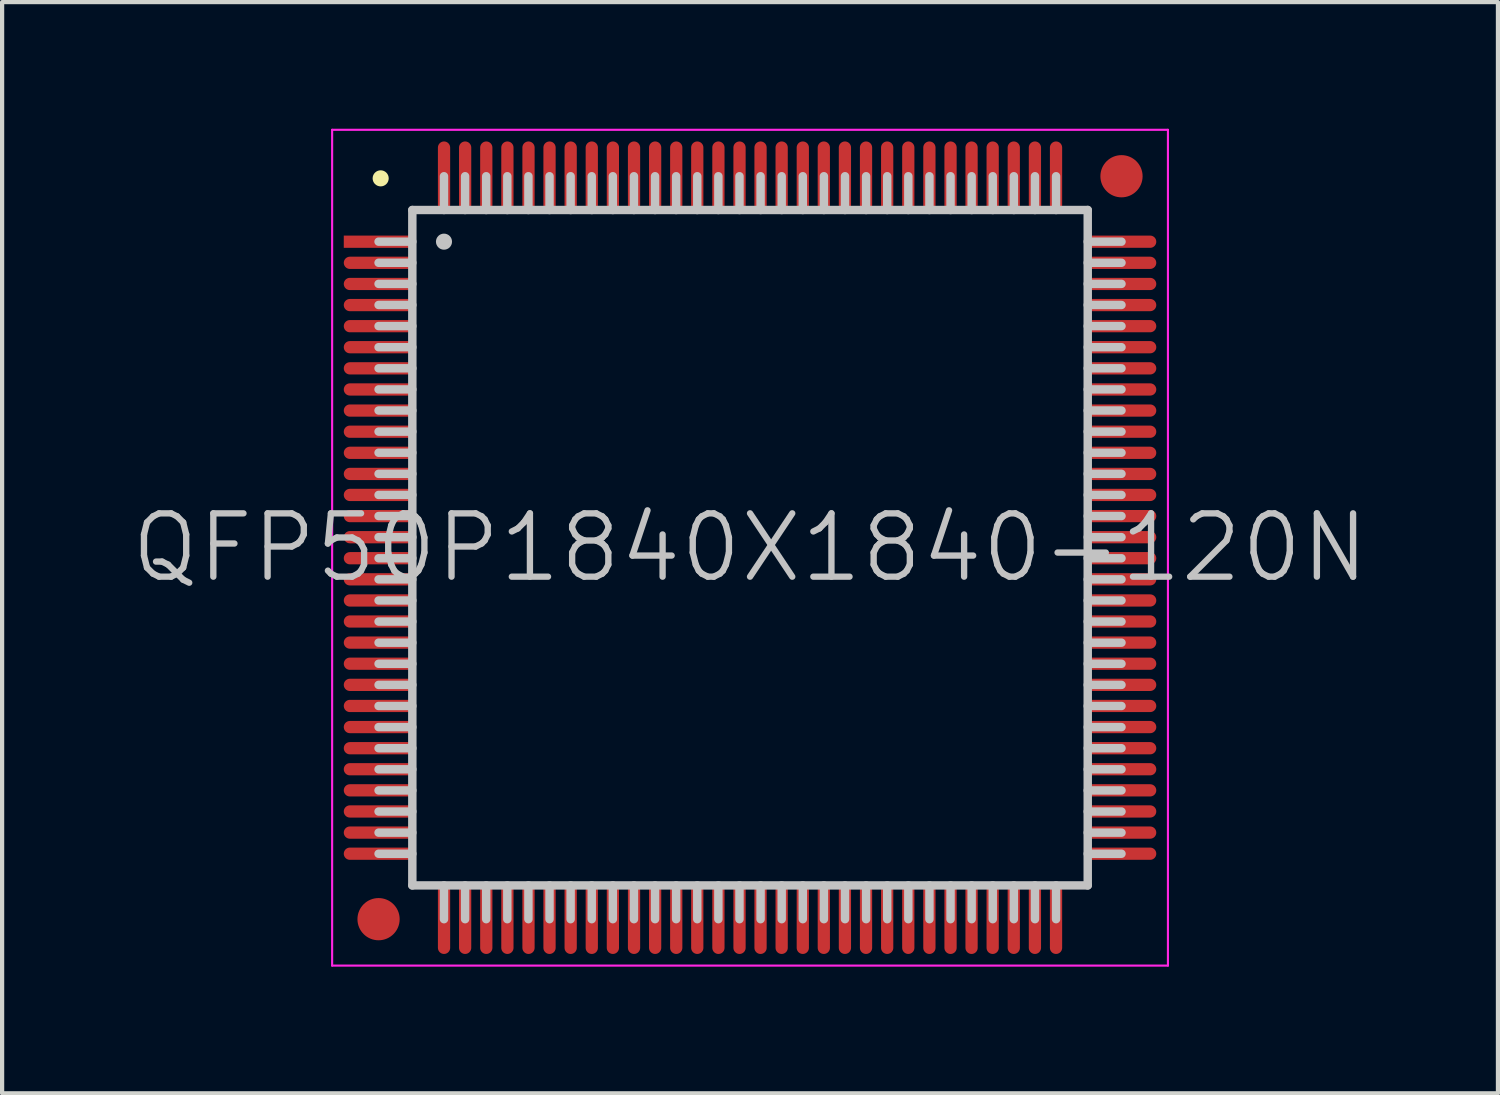
<source format=kicad_pcb>
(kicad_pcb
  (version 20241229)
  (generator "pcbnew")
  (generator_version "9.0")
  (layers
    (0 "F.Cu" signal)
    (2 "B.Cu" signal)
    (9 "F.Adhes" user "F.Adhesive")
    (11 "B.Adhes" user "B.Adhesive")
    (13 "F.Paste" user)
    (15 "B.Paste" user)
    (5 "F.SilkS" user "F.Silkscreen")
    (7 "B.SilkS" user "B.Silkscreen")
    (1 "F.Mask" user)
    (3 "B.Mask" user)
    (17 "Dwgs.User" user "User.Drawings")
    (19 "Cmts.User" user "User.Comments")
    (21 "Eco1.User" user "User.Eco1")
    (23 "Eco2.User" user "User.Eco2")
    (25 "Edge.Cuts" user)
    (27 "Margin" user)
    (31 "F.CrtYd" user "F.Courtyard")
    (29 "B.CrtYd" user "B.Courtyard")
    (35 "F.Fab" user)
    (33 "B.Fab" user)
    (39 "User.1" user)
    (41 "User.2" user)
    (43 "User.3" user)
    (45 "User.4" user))
  (footprint "QFP50P1840X1840-120N"
    (layer "F.Cu")
    (at 14.718 9.925)
    (property "Reference" "QFP50P1840X1840-120N" (at 0 0 0) (layer "Dwgs.User") (effects (font (size 1.5 1.5) (thickness 0.15))))
    (attr smd)
    (fp_line (start -8.75 -8.75) (end -8.75 -8.75) (stroke (width 0.381) (type solid)) (layer "F.SilkS"))
    (fp_line (start -8 -8) (end -8 8) (stroke (width 0.2) (type solid)) (layer "Dwgs.User"))
    (fp_line (start -8 -8) (end 8 -8) (stroke (width 0.2) (type solid)) (layer "Dwgs.User"))
    (fp_line (start -8 -7.25) (end -8.8 -7.25) (stroke (width 0.2) (type solid)) (layer "Dwgs.User"))
    (fp_line (start -8 -6.75) (end -8.8 -6.75) (stroke (width 0.2) (type solid)) (layer "Dwgs.User"))
    (fp_line (start -8 -6.25) (end -8.8 -6.25) (stroke (width 0.2) (type solid)) (layer "Dwgs.User"))
    (fp_line (start -8 -5.75) (end -8.8 -5.75) (stroke (width 0.2) (type solid)) (layer "Dwgs.User"))
    (fp_line (start -8 -5.25) (end -8.8 -5.25) (stroke (width 0.2) (type solid)) (layer "Dwgs.User"))
    (fp_line (start -8 -4.75) (end -8.8 -4.75) (stroke (width 0.2) (type solid)) (layer "Dwgs.User"))
    (fp_line (start -8 -4.25) (end -8.8 -4.25) (stroke (width 0.2) (type solid)) (layer "Dwgs.User"))
    (fp_line (start -8 -3.75) (end -8.8 -3.75) (stroke (width 0.2) (type solid)) (layer "Dwgs.User"))
    (fp_line (start -8 -3.25) (end -8.8 -3.25) (stroke (width 0.2) (type solid)) (layer "Dwgs.User"))
    (fp_line (start -8 -2.75) (end -8.8 -2.75) (stroke (width 0.2) (type solid)) (layer "Dwgs.User"))
    (fp_line (start -8 -2.25) (end -8.8 -2.25) (stroke (width 0.2) (type solid)) (layer "Dwgs.User"))
    (fp_line (start -8 -1.75) (end -8.8 -1.75) (stroke (width 0.2) (type solid)) (layer "Dwgs.User"))
    (fp_line (start -8 -1.25) (end -8.8 -1.25) (stroke (width 0.2) (type solid)) (layer "Dwgs.User"))
    (fp_line (start -8 -0.75) (end -8.8 -0.75) (stroke (width 0.2) (type solid)) (layer "Dwgs.User"))
    (fp_line (start -8 -0.25) (end -8.8 -0.25) (stroke (width 0.2) (type solid)) (layer "Dwgs.User"))
    (fp_line (start -8 0.25) (end -8.8 0.25) (stroke (width 0.2) (type solid)) (layer "Dwgs.User"))
    (fp_line (start -8 0.75) (end -8.8 0.75) (stroke (width 0.2) (type solid)) (layer "Dwgs.User"))
    (fp_line (start -8 1.25) (end -8.8 1.25) (stroke (width 0.2) (type solid)) (layer "Dwgs.User"))
    (fp_line (start -8 1.75) (end -8.8 1.75) (stroke (width 0.2) (type solid)) (layer "Dwgs.User"))
    (fp_line (start -8 2.25) (end -8.8 2.25) (stroke (width 0.2) (type solid)) (layer "Dwgs.User"))
    (fp_line (start -8 2.75) (end -8.8 2.75) (stroke (width 0.2) (type solid)) (layer "Dwgs.User"))
    (fp_line (start -8 3.25) (end -8.8 3.25) (stroke (width 0.2) (type solid)) (layer "Dwgs.User"))
    (fp_line (start -8 3.75) (end -8.8 3.75) (stroke (width 0.2) (type solid)) (layer "Dwgs.User"))
    (fp_line (start -8 4.25) (end -8.8 4.25) (stroke (width 0.2) (type solid)) (layer "Dwgs.User"))
    (fp_line (start -8 4.75) (end -8.8 4.75) (stroke (width 0.2) (type solid)) (layer "Dwgs.User"))
    (fp_line (start -8 5.25) (end -8.8 5.25) (stroke (width 0.2) (type solid)) (layer "Dwgs.User"))
    (fp_line (start -8 5.75) (end -8.8 5.75) (stroke (width 0.2) (type solid)) (layer "Dwgs.User"))
    (fp_line (start -8 6.25) (end -8.8 6.25) (stroke (width 0.2) (type solid)) (layer "Dwgs.User"))
    (fp_line (start -8 6.75) (end -8.8 6.75) (stroke (width 0.2) (type solid)) (layer "Dwgs.User"))
    (fp_line (start -8 7.25) (end -8.8 7.25) (stroke (width 0.2) (type solid)) (layer "Dwgs.User"))
    (fp_line (start -8 8) (end 8 8) (stroke (width 0.2) (type solid)) (layer "Dwgs.User"))
    (fp_line (start -7.25 -8) (end -7.25 -8.8) (stroke (width 0.2) (type solid)) (layer "Dwgs.User"))
    (fp_line (start -7.25 -7.25) (end -7.25 -7.25) (stroke (width 0.381) (type solid)) (layer "Dwgs.User"))
    (fp_line (start -7.25 8.8) (end -7.25 8) (stroke (width 0.2) (type solid)) (layer "Dwgs.User"))
    (fp_line (start -6.75 -8) (end -6.75 -8.8) (stroke (width 0.2) (type solid)) (layer "Dwgs.User"))
    (fp_line (start -6.75 8.8) (end -6.75 8) (stroke (width 0.2) (type solid)) (layer "Dwgs.User"))
    (fp_line (start -6.25 -8) (end -6.25 -8.8) (stroke (width 0.2) (type solid)) (layer "Dwgs.User"))
    (fp_line (start -6.25 8.8) (end -6.25 8) (stroke (width 0.2) (type solid)) (layer "Dwgs.User"))
    (fp_line (start -5.75 -8) (end -5.75 -8.8) (stroke (width 0.2) (type solid)) (layer "Dwgs.User"))
    (fp_line (start -5.75 8.8) (end -5.75 8) (stroke (width 0.2) (type solid)) (layer "Dwgs.User"))
    (fp_line (start -5.25 -8) (end -5.25 -8.8) (stroke (width 0.2) (type solid)) (layer "Dwgs.User"))
    (fp_line (start -5.25 8.8) (end -5.25 8) (stroke (width 0.2) (type solid)) (layer "Dwgs.User"))
    (fp_line (start -4.75 -8) (end -4.75 -8.8) (stroke (width 0.2) (type solid)) (layer "Dwgs.User"))
    (fp_line (start -4.75 8.8) (end -4.75 8) (stroke (width 0.2) (type solid)) (layer "Dwgs.User"))
    (fp_line (start -4.25 -8) (end -4.25 -8.8) (stroke (width 0.2) (type solid)) (layer "Dwgs.User"))
    (fp_line (start -4.25 8.8) (end -4.25 8) (stroke (width 0.2) (type solid)) (layer "Dwgs.User"))
    (fp_line (start -3.75 -8) (end -3.75 -8.8) (stroke (width 0.2) (type solid)) (layer "Dwgs.User"))
    (fp_line (start -3.75 8.8) (end -3.75 8) (stroke (width 0.2) (type solid)) (layer "Dwgs.User"))
    (fp_line (start -3.25 -8) (end -3.25 -8.8) (stroke (width 0.2) (type solid)) (layer "Dwgs.User"))
    (fp_line (start -3.25 8.8) (end -3.25 8) (stroke (width 0.2) (type solid)) (layer "Dwgs.User"))
    (fp_line (start -2.75 -8) (end -2.75 -8.8) (stroke (width 0.2) (type solid)) (layer "Dwgs.User"))
    (fp_line (start -2.75 8.8) (end -2.75 8) (stroke (width 0.2) (type solid)) (layer "Dwgs.User"))
    (fp_line (start -2.25 -8) (end -2.25 -8.8) (stroke (width 0.2) (type solid)) (layer "Dwgs.User"))
    (fp_line (start -2.25 8.8) (end -2.25 8) (stroke (width 0.2) (type solid)) (layer "Dwgs.User"))
    (fp_line (start -1.75 -8) (end -1.75 -8.8) (stroke (width 0.2) (type solid)) (layer "Dwgs.User"))
    (fp_line (start -1.75 8.8) (end -1.75 8) (stroke (width 0.2) (type solid)) (layer "Dwgs.User"))
    (fp_line (start -1.25 -8) (end -1.25 -8.8) (stroke (width 0.2) (type solid)) (layer "Dwgs.User"))
    (fp_line (start -1.25 8.8) (end -1.25 8) (stroke (width 0.2) (type solid)) (layer "Dwgs.User"))
    (fp_line (start -0.75 -8) (end -0.75 -8.8) (stroke (width 0.2) (type solid)) (layer "Dwgs.User"))
    (fp_line (start -0.75 8.8) (end -0.75 8) (stroke (width 0.2) (type solid)) (layer "Dwgs.User"))
    (fp_line (start -0.25 -8) (end -0.25 -8.8) (stroke (width 0.2) (type solid)) (layer "Dwgs.User"))
    (fp_line (start -0.25 8.8) (end -0.25 8) (stroke (width 0.2) (type solid)) (layer "Dwgs.User"))
    (fp_line (start 0.25 -8) (end 0.25 -8.8) (stroke (width 0.2) (type solid)) (layer "Dwgs.User"))
    (fp_line (start 0.25 8.8) (end 0.25 8) (stroke (width 0.2) (type solid)) (layer "Dwgs.User"))
    (fp_line (start 0.75 -8) (end 0.75 -8.8) (stroke (width 0.2) (type solid)) (layer "Dwgs.User"))
    (fp_line (start 0.75 8.8) (end 0.75 8) (stroke (width 0.2) (type solid)) (layer "Dwgs.User"))
    (fp_line (start 1.25 -8) (end 1.25 -8.8) (stroke (width 0.2) (type solid)) (layer "Dwgs.User"))
    (fp_line (start 1.25 8.8) (end 1.25 8) (stroke (width 0.2) (type solid)) (layer "Dwgs.User"))
    (fp_line (start 1.75 -8) (end 1.75 -8.8) (stroke (width 0.2) (type solid)) (layer "Dwgs.User"))
    (fp_line (start 1.75 8.8) (end 1.75 8) (stroke (width 0.2) (type solid)) (layer "Dwgs.User"))
    (fp_line (start 2.25 -8) (end 2.25 -8.8) (stroke (width 0.2) (type solid)) (layer "Dwgs.User"))
    (fp_line (start 2.25 8.8) (end 2.25 8) (stroke (width 0.2) (type solid)) (layer "Dwgs.User"))
    (fp_line (start 2.75 -8) (end 2.75 -8.8) (stroke (width 0.2) (type solid)) (layer "Dwgs.User"))
    (fp_line (start 2.75 8.8) (end 2.75 8) (stroke (width 0.2) (type solid)) (layer "Dwgs.User"))
    (fp_line (start 3.25 -8) (end 3.25 -8.8) (stroke (width 0.2) (type solid)) (layer "Dwgs.User"))
    (fp_line (start 3.25 8.8) (end 3.25 8) (stroke (width 0.2) (type solid)) (layer "Dwgs.User"))
    (fp_line (start 3.75 -8) (end 3.75 -8.8) (stroke (width 0.2) (type solid)) (layer "Dwgs.User"))
    (fp_line (start 3.75 8.8) (end 3.75 8) (stroke (width 0.2) (type solid)) (layer "Dwgs.User"))
    (fp_line (start 4.25 -8) (end 4.25 -8.8) (stroke (width 0.2) (type solid)) (layer "Dwgs.User"))
    (fp_line (start 4.25 8.8) (end 4.25 8) (stroke (width 0.2) (type solid)) (layer "Dwgs.User"))
    (fp_line (start 4.75 -8) (end 4.75 -8.8) (stroke (width 0.2) (type solid)) (layer "Dwgs.User"))
    (fp_line (start 4.75 8.8) (end 4.75 8) (stroke (width 0.2) (type solid)) (layer "Dwgs.User"))
    (fp_line (start 5.25 -8) (end 5.25 -8.8) (stroke (width 0.2) (type solid)) (layer "Dwgs.User"))
    (fp_line (start 5.25 8.8) (end 5.25 8) (stroke (width 0.2) (type solid)) (layer "Dwgs.User"))
    (fp_line (start 5.75 -8) (end 5.75 -8.8) (stroke (width 0.2) (type solid)) (layer "Dwgs.User"))
    (fp_line (start 5.75 8.8) (end 5.75 8) (stroke (width 0.2) (type solid)) (layer "Dwgs.User"))
    (fp_line (start 6.25 -8) (end 6.25 -8.8) (stroke (width 0.2) (type solid)) (layer "Dwgs.User"))
    (fp_line (start 6.25 8.8) (end 6.25 8) (stroke (width 0.2) (type solid)) (layer "Dwgs.User"))
    (fp_line (start 6.75 -8) (end 6.75 -8.8) (stroke (width 0.2) (type solid)) (layer "Dwgs.User"))
    (fp_line (start 6.75 8.8) (end 6.75 8) (stroke (width 0.2) (type solid)) (layer "Dwgs.User"))
    (fp_line (start 7.25 -8) (end 7.25 -8.8) (stroke (width 0.2) (type solid)) (layer "Dwgs.User"))
    (fp_line (start 7.25 8.8) (end 7.25 8) (stroke (width 0.2) (type solid)) (layer "Dwgs.User"))
    (fp_line (start 8 -8) (end 8 8) (stroke (width 0.2) (type solid)) (layer "Dwgs.User"))
    (fp_line (start 8.8 -7.25) (end 8 -7.25) (stroke (width 0.2) (type solid)) (layer "Dwgs.User"))
    (fp_line (start 8.8 -6.75) (end 8 -6.75) (stroke (width 0.2) (type solid)) (layer "Dwgs.User"))
    (fp_line (start 8.8 -6.25) (end 8 -6.25) (stroke (width 0.2) (type solid)) (layer "Dwgs.User"))
    (fp_line (start 8.8 -5.75) (end 8 -5.75) (stroke (width 0.2) (type solid)) (layer "Dwgs.User"))
    (fp_line (start 8.8 -5.25) (end 8 -5.25) (stroke (width 0.2) (type solid)) (layer "Dwgs.User"))
    (fp_line (start 8.8 -4.75) (end 8 -4.75) (stroke (width 0.2) (type solid)) (layer "Dwgs.User"))
    (fp_line (start 8.8 -4.25) (end 8 -4.25) (stroke (width 0.2) (type solid)) (layer "Dwgs.User"))
    (fp_line (start 8.8 -3.75) (end 8 -3.75) (stroke (width 0.2) (type solid)) (layer "Dwgs.User"))
    (fp_line (start 8.8 -3.25) (end 8 -3.25) (stroke (width 0.2) (type solid)) (layer "Dwgs.User"))
    (fp_line (start 8.8 -2.75) (end 8 -2.75) (stroke (width 0.2) (type solid)) (layer "Dwgs.User"))
    (fp_line (start 8.8 -2.25) (end 8 -2.25) (stroke (width 0.2) (type solid)) (layer "Dwgs.User"))
    (fp_line (start 8.8 -1.75) (end 8 -1.75) (stroke (width 0.2) (type solid)) (layer "Dwgs.User"))
    (fp_line (start 8.8 -1.25) (end 8 -1.25) (stroke (width 0.2) (type solid)) (layer "Dwgs.User"))
    (fp_line (start 8.8 -0.75) (end 8 -0.75) (stroke (width 0.2) (type solid)) (layer "Dwgs.User"))
    (fp_line (start 8.8 -0.25) (end 8 -0.25) (stroke (width 0.2) (type solid)) (layer "Dwgs.User"))
    (fp_line (start 8.8 0.25) (end 8 0.25) (stroke (width 0.2) (type solid)) (layer "Dwgs.User"))
    (fp_line (start 8.8 0.75) (end 8 0.75) (stroke (width 0.2) (type solid)) (layer "Dwgs.User"))
    (fp_line (start 8.8 1.25) (end 8 1.25) (stroke (width 0.2) (type solid)) (layer "Dwgs.User"))
    (fp_line (start 8.8 1.75) (end 8 1.75) (stroke (width 0.2) (type solid)) (layer "Dwgs.User"))
    (fp_line (start 8.8 2.25) (end 8 2.25) (stroke (width 0.2) (type solid)) (layer "Dwgs.User"))
    (fp_line (start 8.8 2.75) (end 8 2.75) (stroke (width 0.2) (type solid)) (layer "Dwgs.User"))
    (fp_line (start 8.8 3.25) (end 8 3.25) (stroke (width 0.2) (type solid)) (layer "Dwgs.User"))
    (fp_line (start 8.8 3.75) (end 8 3.75) (stroke (width 0.2) (type solid)) (layer "Dwgs.User"))
    (fp_line (start 8.8 4.25) (end 8 4.25) (stroke (width 0.2) (type solid)) (layer "Dwgs.User"))
    (fp_line (start 8.8 4.75) (end 8 4.75) (stroke (width 0.2) (type solid)) (layer "Dwgs.User"))
    (fp_line (start 8.8 5.25) (end 8 5.25) (stroke (width 0.2) (type solid)) (layer "Dwgs.User"))
    (fp_line (start 8.8 5.75) (end 8 5.75) (stroke (width 0.2) (type solid)) (layer "Dwgs.User"))
    (fp_line (start 8.8 6.25) (end 8 6.25) (stroke (width 0.2) (type solid)) (layer "Dwgs.User"))
    (fp_line (start 8.8 6.75) (end 8 6.75) (stroke (width 0.2) (type solid)) (layer "Dwgs.User"))
    (fp_line (start 8.8 7.25) (end 8 7.25) (stroke (width 0.2) (type solid)) (layer "Dwgs.User"))
    (fp_line (start -9.9 -9.9) (end -9.9 9.9) (stroke (width 0.05) (type solid)) (layer "F.CrtYd"))
    (fp_line (start -9.9 -9.9) (end 9.9 -9.9) (stroke (width 0.05) (type solid)) (layer "F.CrtYd"))
    (fp_line (start -9.9 9.9) (end 9.9 9.9) (stroke (width 0.05) (type solid)) (layer "F.CrtYd"))
    (fp_line (start 9.9 -9.9) (end 9.9 9.9) (stroke (width 0.05) (type solid)) (layer "F.CrtYd"))
    (pad "" smd circle (at -8.8 8.8) (size 1 1) (layers "F.Cu" "F.Mask"))
    (pad "" smd circle (at 8.8 -8.8) (size 1 1) (layers "F.Cu" "F.Mask"))
    (pad "1" smd rect (at -8.799 -7.249 90) (size 0.29 1.65) (layers "F.Cu" "F.Mask" "F.Paste"))
    (pad "2" smd oval (at -8.799 -6.749 90) (size 0.29 1.65) (layers "F.Cu" "F.Mask" "F.Paste"))
    (pad "3" smd oval (at -8.799 -6.248 90) (size 0.29 1.65) (layers "F.Cu" "F.Mask" "F.Paste"))
    (pad "4" smd oval (at -8.799 -5.748 90) (size 0.29 1.65) (layers "F.Cu" "F.Mask" "F.Paste"))
    (pad "5" smd oval (at -8.799 -5.248 90) (size 0.29 1.65) (layers "F.Cu" "F.Mask" "F.Paste"))
    (pad "6" smd oval (at -8.799 -4.75 90) (size 0.29 1.65) (layers "F.Cu" "F.Mask" "F.Paste"))
    (pad "7" smd oval (at -8.799 -4.249 90) (size 0.29 1.65) (layers "F.Cu" "F.Mask" "F.Paste"))
    (pad "8" smd oval (at -8.799 -3.749 90) (size 0.29 1.65) (layers "F.Cu" "F.Mask" "F.Paste"))
    (pad "9" smd oval (at -8.799 -3.249 90) (size 0.29 1.65) (layers "F.Cu" "F.Mask" "F.Paste"))
    (pad "10" smd oval (at -8.799 -2.748 90) (size 0.29 1.65) (layers "F.Cu" "F.Mask" "F.Paste"))
    (pad "11" smd oval (at -8.799 -2.248 90) (size 0.29 1.65) (layers "F.Cu" "F.Mask" "F.Paste"))
    (pad "12" smd oval (at -8.799 -1.748 90) (size 0.29 1.65) (layers "F.Cu" "F.Mask" "F.Paste"))
    (pad "13" smd oval (at -8.799 -1.25 90) (size 0.29 1.65) (layers "F.Cu" "F.Mask" "F.Paste"))
    (pad "14" smd oval (at -8.799 -0.749 90) (size 0.29 1.65) (layers "F.Cu" "F.Mask" "F.Paste"))
    (pad "15" smd oval (at -8.799 -0.249 90) (size 0.29 1.65) (layers "F.Cu" "F.Mask" "F.Paste"))
    (pad "16" smd oval (at -8.799 0.249 90) (size 0.29 1.65) (layers "F.Cu" "F.Mask" "F.Paste"))
    (pad "17" smd oval (at -8.799 0.749 90) (size 0.29 1.65) (layers "F.Cu" "F.Mask" "F.Paste"))
    (pad "18" smd oval (at -8.799 1.25 90) (size 0.29 1.65) (layers "F.Cu" "F.Mask" "F.Paste"))
    (pad "19" smd oval (at -8.799 1.748 90) (size 0.29 1.65) (layers "F.Cu" "F.Mask" "F.Paste"))
    (pad "20" smd oval (at -8.799 2.248 90) (size 0.29 1.65) (layers "F.Cu" "F.Mask" "F.Paste"))
    (pad "21" smd oval (at -8.799 2.748 90) (size 0.29 1.65) (layers "F.Cu" "F.Mask" "F.Paste"))
    (pad "22" smd oval (at -8.799 3.249 90) (size 0.29 1.65) (layers "F.Cu" "F.Mask" "F.Paste"))
    (pad "23" smd oval (at -8.799 3.749 90) (size 0.29 1.65) (layers "F.Cu" "F.Mask" "F.Paste"))
    (pad "24" smd oval (at -8.799 4.249 90) (size 0.29 1.65) (layers "F.Cu" "F.Mask" "F.Paste"))
    (pad "25" smd oval (at -8.799 4.75 90) (size 0.29 1.65) (layers "F.Cu" "F.Mask" "F.Paste"))
    (pad "26" smd oval (at -8.799 5.248 90) (size 0.29 1.65) (layers "F.Cu" "F.Mask" "F.Paste"))
    (pad "27" smd oval (at -8.799 5.748 90) (size 0.29 1.65) (layers "F.Cu" "F.Mask" "F.Paste"))
    (pad "28" smd oval (at -8.799 6.248 90) (size 0.29 1.65) (layers "F.Cu" "F.Mask" "F.Paste"))
    (pad "29" smd oval (at -8.799 6.749 90) (size 0.29 1.65) (layers "F.Cu" "F.Mask" "F.Paste"))
    (pad "30" smd oval (at -8.799 7.249 90) (size 0.29 1.65) (layers "F.Cu" "F.Mask" "F.Paste"))
    (pad "31" smd oval (at -7.249 8.799 180) (size 0.29 1.65) (layers "F.Cu" "F.Mask" "F.Paste"))
    (pad "32" smd oval (at -6.749 8.799 180) (size 0.29 1.65) (layers "F.Cu" "F.Mask" "F.Paste"))
    (pad "33" smd oval (at -6.248 8.799 180) (size 0.29 1.65) (layers "F.Cu" "F.Mask" "F.Paste"))
    (pad "34" smd oval (at -5.748 8.799 180) (size 0.29 1.65) (layers "F.Cu" "F.Mask" "F.Paste"))
    (pad "35" smd oval (at -5.248 8.799 180) (size 0.29 1.65) (layers "F.Cu" "F.Mask" "F.Paste"))
    (pad "36" smd oval (at -4.75 8.799 180) (size 0.29 1.65) (layers "F.Cu" "F.Mask" "F.Paste"))
    (pad "37" smd oval (at -4.249 8.799 180) (size 0.29 1.65) (layers "F.Cu" "F.Mask" "F.Paste"))
    (pad "38" smd oval (at -3.749 8.799 180) (size 0.29 1.65) (layers "F.Cu" "F.Mask" "F.Paste"))
    (pad "39" smd oval (at -3.249 8.799 180) (size 0.29 1.65) (layers "F.Cu" "F.Mask" "F.Paste"))
    (pad "40" smd oval (at -2.748 8.799 180) (size 0.29 1.65) (layers "F.Cu" "F.Mask" "F.Paste"))
    (pad "41" smd oval (at -2.248 8.799 180) (size 0.29 1.65) (layers "F.Cu" "F.Mask" "F.Paste"))
    (pad "42" smd oval (at -1.748 8.799 180) (size 0.29 1.65) (layers "F.Cu" "F.Mask" "F.Paste"))
    (pad "43" smd oval (at -1.25 8.799 180) (size 0.29 1.65) (layers "F.Cu" "F.Mask" "F.Paste"))
    (pad "44" smd oval (at -0.749 8.799 180) (size 0.29 1.65) (layers "F.Cu" "F.Mask" "F.Paste"))
    (pad "45" smd oval (at -0.249 8.799 180) (size 0.29 1.65) (layers "F.Cu" "F.Mask" "F.Paste"))
    (pad "46" smd oval (at 0.249 8.799 180) (size 0.29 1.65) (layers "F.Cu" "F.Mask" "F.Paste"))
    (pad "47" smd oval (at 0.749 8.799 180) (size 0.29 1.65) (layers "F.Cu" "F.Mask" "F.Paste"))
    (pad "48" smd oval (at 1.25 8.799 180) (size 0.29 1.65) (layers "F.Cu" "F.Mask" "F.Paste"))
    (pad "49" smd oval (at 1.748 8.799 180) (size 0.29 1.65) (layers "F.Cu" "F.Mask" "F.Paste"))
    (pad "50" smd oval (at 2.248 8.799 180) (size 0.29 1.65) (layers "F.Cu" "F.Mask" "F.Paste"))
    (pad "51" smd oval (at 2.748 8.799 180) (size 0.29 1.65) (layers "F.Cu" "F.Mask" "F.Paste"))
    (pad "52" smd oval (at 3.249 8.799 180) (size 0.29 1.65) (layers "F.Cu" "F.Mask" "F.Paste"))
    (pad "53" smd oval (at 3.749 8.799 180) (size 0.29 1.65) (layers "F.Cu" "F.Mask" "F.Paste"))
    (pad "54" smd oval (at 4.249 8.799 180) (size 0.29 1.65) (layers "F.Cu" "F.Mask" "F.Paste"))
    (pad "55" smd oval (at 4.75 8.799 180) (size 0.29 1.65) (layers "F.Cu" "F.Mask" "F.Paste"))
    (pad "56" smd oval (at 5.248 8.799 180) (size 0.29 1.65) (layers "F.Cu" "F.Mask" "F.Paste"))
    (pad "57" smd oval (at 5.748 8.799 180) (size 0.29 1.65) (layers "F.Cu" "F.Mask" "F.Paste"))
    (pad "58" smd oval (at 6.248 8.799 180) (size 0.29 1.65) (layers "F.Cu" "F.Mask" "F.Paste"))
    (pad "59" smd oval (at 6.749 8.799 180) (size 0.29 1.65) (layers "F.Cu" "F.Mask" "F.Paste"))
    (pad "60" smd oval (at 7.249 8.799 180) (size 0.29 1.65) (layers "F.Cu" "F.Mask" "F.Paste"))
    (pad "61" smd oval (at 8.799 7.249 270) (size 0.29 1.65) (layers "F.Cu" "F.Mask" "F.Paste"))
    (pad "62" smd oval (at 8.799 6.749 270) (size 0.29 1.65) (layers "F.Cu" "F.Mask" "F.Paste"))
    (pad "63" smd oval (at 8.799 6.248 270) (size 0.29 1.65) (layers "F.Cu" "F.Mask" "F.Paste"))
    (pad "64" smd oval (at 8.799 5.748 270) (size 0.29 1.65) (layers "F.Cu" "F.Mask" "F.Paste"))
    (pad "65" smd oval (at 8.799 5.248 270) (size 0.29 1.65) (layers "F.Cu" "F.Mask" "F.Paste"))
    (pad "66" smd oval (at 8.799 4.75 270) (size 0.29 1.65) (layers "F.Cu" "F.Mask" "F.Paste"))
    (pad "67" smd oval (at 8.799 4.249 270) (size 0.29 1.65) (layers "F.Cu" "F.Mask" "F.Paste"))
    (pad "68" smd oval (at 8.799 3.749 270) (size 0.29 1.65) (layers "F.Cu" "F.Mask" "F.Paste"))
    (pad "69" smd oval (at 8.799 3.249 270) (size 0.29 1.65) (layers "F.Cu" "F.Mask" "F.Paste"))
    (pad "70" smd oval (at 8.799 2.748 270) (size 0.29 1.65) (layers "F.Cu" "F.Mask" "F.Paste"))
    (pad "71" smd oval (at 8.799 2.248 270) (size 0.29 1.65) (layers "F.Cu" "F.Mask" "F.Paste"))
    (pad "72" smd oval (at 8.799 1.748 270) (size 0.29 1.65) (layers "F.Cu" "F.Mask" "F.Paste"))
    (pad "73" smd oval (at 8.799 1.25 270) (size 0.29 1.65) (layers "F.Cu" "F.Mask" "F.Paste"))
    (pad "74" smd oval (at 8.799 0.749 270) (size 0.29 1.65) (layers "F.Cu" "F.Mask" "F.Paste"))
    (pad "75" smd oval (at 8.799 0.249 270) (size 0.29 1.65) (layers "F.Cu" "F.Mask" "F.Paste"))
    (pad "76" smd oval (at 8.799 -0.249 270) (size 0.29 1.65) (layers "F.Cu" "F.Mask" "F.Paste"))
    (pad "77" smd oval (at 8.799 -0.749 270) (size 0.29 1.65) (layers "F.Cu" "F.Mask" "F.Paste"))
    (pad "78" smd oval (at 8.799 -1.25 270) (size 0.29 1.65) (layers "F.Cu" "F.Mask" "F.Paste"))
    (pad "79" smd oval (at 8.799 -1.748 270) (size 0.29 1.65) (layers "F.Cu" "F.Mask" "F.Paste"))
    (pad "80" smd oval (at 8.799 -2.248 270) (size 0.29 1.65) (layers "F.Cu" "F.Mask" "F.Paste"))
    (pad "81" smd oval (at 8.799 -2.748 270) (size 0.29 1.65) (layers "F.Cu" "F.Mask" "F.Paste"))
    (pad "82" smd oval (at 8.799 -3.249 270) (size 0.29 1.65) (layers "F.Cu" "F.Mask" "F.Paste"))
    (pad "83" smd oval (at 8.799 -3.749 270) (size 0.29 1.65) (layers "F.Cu" "F.Mask" "F.Paste"))
    (pad "84" smd oval (at 8.799 -4.249 270) (size 0.29 1.65) (layers "F.Cu" "F.Mask" "F.Paste"))
    (pad "85" smd oval (at 8.799 -4.75 270) (size 0.29 1.65) (layers "F.Cu" "F.Mask" "F.Paste"))
    (pad "86" smd oval (at 8.799 -5.248 270) (size 0.29 1.65) (layers "F.Cu" "F.Mask" "F.Paste"))
    (pad "87" smd oval (at 8.799 -5.748 270) (size 0.29 1.65) (layers "F.Cu" "F.Mask" "F.Paste"))
    (pad "88" smd oval (at 8.799 -6.248 270) (size 0.29 1.65) (layers "F.Cu" "F.Mask" "F.Paste"))
    (pad "89" smd oval (at 8.799 -6.749 270) (size 0.29 1.65) (layers "F.Cu" "F.Mask" "F.Paste"))
    (pad "90" smd oval (at 8.799 -7.249 270) (size 0.29 1.65) (layers "F.Cu" "F.Mask" "F.Paste"))
    (pad "91" smd oval (at 7.249 -8.799) (size 0.29 1.65) (layers "F.Cu" "F.Mask" "F.Paste"))
    (pad "92" smd oval (at 6.749 -8.799) (size 0.29 1.65) (layers "F.Cu" "F.Mask" "F.Paste"))
    (pad "93" smd oval (at 6.248 -8.799) (size 0.29 1.65) (layers "F.Cu" "F.Mask" "F.Paste"))
    (pad "94" smd oval (at 5.748 -8.799) (size 0.29 1.65) (layers "F.Cu" "F.Mask" "F.Paste"))
    (pad "95" smd oval (at 5.248 -8.799) (size 0.29 1.65) (layers "F.Cu" "F.Mask" "F.Paste"))
    (pad "96" smd oval (at 4.75 -8.799) (size 0.29 1.65) (layers "F.Cu" "F.Mask" "F.Paste"))
    (pad "97" smd oval (at 4.249 -8.799) (size 0.29 1.65) (layers "F.Cu" "F.Mask" "F.Paste"))
    (pad "98" smd oval (at 3.749 -8.799) (size 0.29 1.65) (layers "F.Cu" "F.Mask" "F.Paste"))
    (pad "99" smd oval (at 3.249 -8.799) (size 0.29 1.65) (layers "F.Cu" "F.Mask" "F.Paste"))
    (pad "100" smd oval (at 2.748 -8.799) (size 0.29 1.65) (layers "F.Cu" "F.Mask" "F.Paste"))
    (pad "101" smd oval (at 2.248 -8.799) (size 0.29 1.65) (layers "F.Cu" "F.Mask" "F.Paste"))
    (pad "102" smd oval (at 1.748 -8.799) (size 0.29 1.65) (layers "F.Cu" "F.Mask" "F.Paste"))
    (pad "103" smd oval (at 1.25 -8.799) (size 0.29 1.65) (layers "F.Cu" "F.Mask" "F.Paste"))
    (pad "104" smd oval (at 0.749 -8.799) (size 0.29 1.65) (layers "F.Cu" "F.Mask" "F.Paste"))
    (pad "105" smd oval (at 0.249 -8.799) (size 0.29 1.65) (layers "F.Cu" "F.Mask" "F.Paste"))
    (pad "106" smd oval (at -0.249 -8.799) (size 0.29 1.65) (layers "F.Cu" "F.Mask" "F.Paste"))
    (pad "107" smd oval (at -0.749 -8.799) (size 0.29 1.65) (layers "F.Cu" "F.Mask" "F.Paste"))
    (pad "108" smd oval (at -1.25 -8.799) (size 0.29 1.65) (layers "F.Cu" "F.Mask" "F.Paste"))
    (pad "109" smd oval (at -1.748 -8.799) (size 0.29 1.65) (layers "F.Cu" "F.Mask" "F.Paste"))
    (pad "110" smd oval (at -2.248 -8.799) (size 0.29 1.65) (layers "F.Cu" "F.Mask" "F.Paste"))
    (pad "111" smd oval (at -2.748 -8.799) (size 0.29 1.65) (layers "F.Cu" "F.Mask" "F.Paste"))
    (pad "112" smd oval (at -3.249 -8.799) (size 0.29 1.65) (layers "F.Cu" "F.Mask" "F.Paste"))
    (pad "113" smd oval (at -3.749 -8.799) (size 0.29 1.65) (layers "F.Cu" "F.Mask" "F.Paste"))
    (pad "114" smd oval (at -4.249 -8.799) (size 0.29 1.65) (layers "F.Cu" "F.Mask" "F.Paste"))
    (pad "115" smd oval (at -4.75 -8.799) (size 0.29 1.65) (layers "F.Cu" "F.Mask" "F.Paste"))
    (pad "116" smd oval (at -5.248 -8.799) (size 0.29 1.65) (layers "F.Cu" "F.Mask" "F.Paste"))
    (pad "117" smd oval (at -5.748 -8.799) (size 0.29 1.65) (layers "F.Cu" "F.Mask" "F.Paste"))
    (pad "118" smd oval (at -6.248 -8.799) (size 0.29 1.65) (layers "F.Cu" "F.Mask" "F.Paste"))
    (pad "119" smd oval (at -6.749 -8.799) (size 0.29 1.65) (layers "F.Cu" "F.Mask" "F.Paste"))
    (pad "120" smd oval (at -7.249 -8.799) (size 0.29 1.65) (layers "F.Cu" "F.Mask" "F.Paste")))
  (gr_rect
    (start -3 -3)
    (end 32.436 22.85)
    (stroke (width 0.1) (type default))
    (fill no)
    (layer "Edge.Cuts")))
</source>
